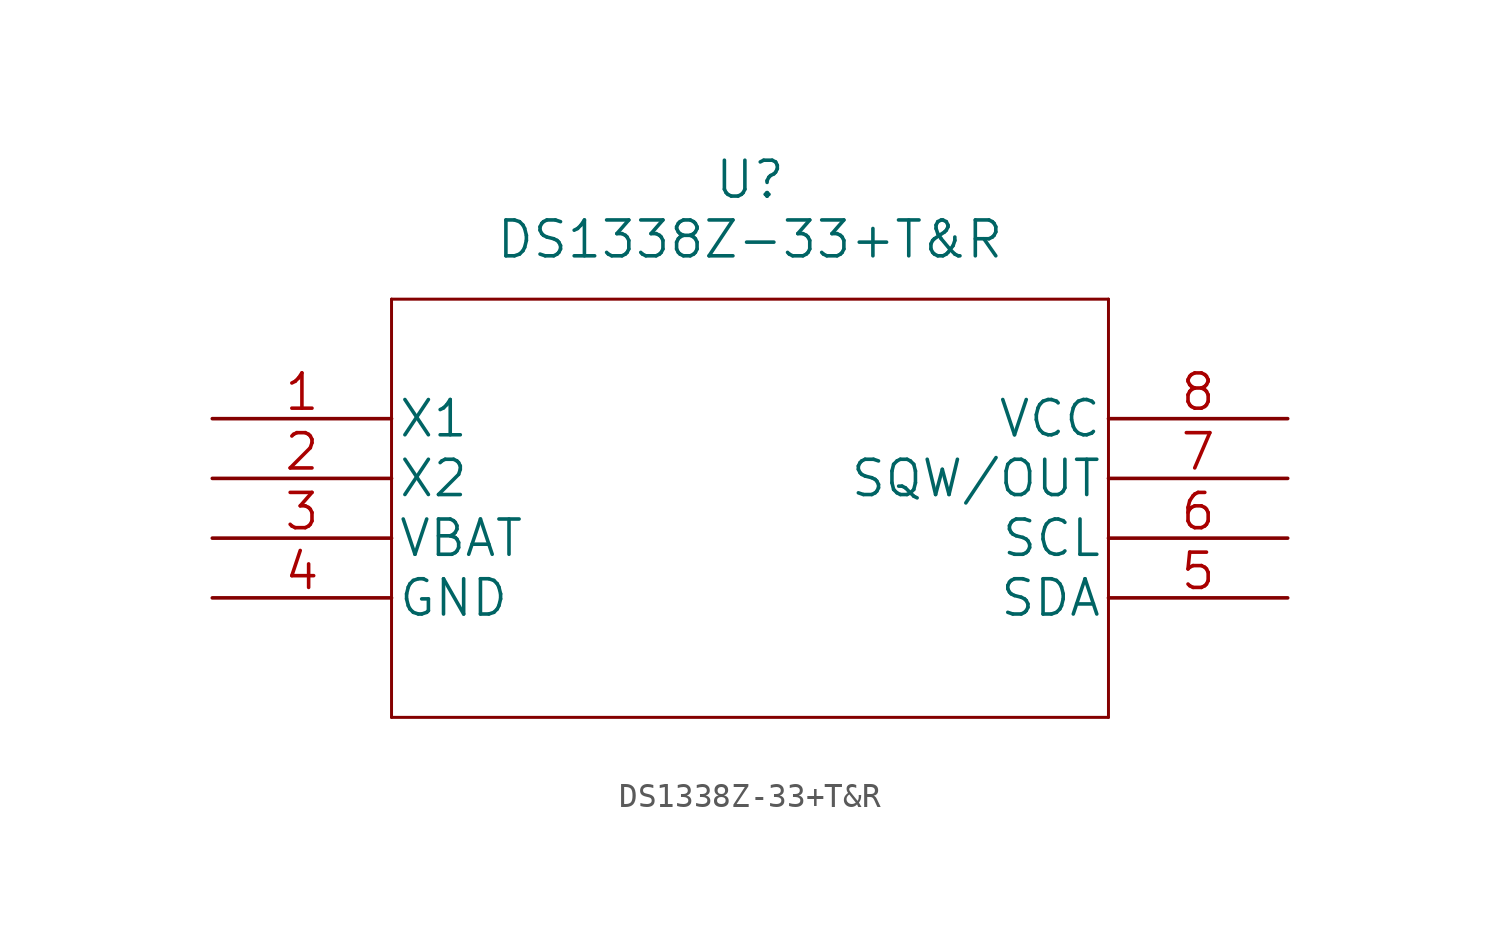
<source format=kicad_sym>
(kicad_symbol_lib
  (version 20220914)
  (generator kicad_symbol_editor)
  (symbol "DS1338Z-33+T&R"
    (pin_names
      (offset 0.254))
    (property "Reference" "U"
      (at 22.86 10.16 0)
      (effects (font (size 1.524 1.524))))
    (property "Value" "DS1338Z-33+T&R"
      (at 22.86 7.62 0)
      (effects (font (size 1.524 1.524))))
    (property "Datasheet" ""
      (at 0 0 0)
      (effects (font (size 1.524 1.524))))
    (symbol "DS1338Z-33+T&R_1_1"
      (polyline (pts (xy 7.62 -12.7) (xy 38.1 -12.7)) (stroke (width 0.127) (type solid)) (fill (type none)))
      (polyline (pts (xy 7.62 5.08) (xy 7.62 -12.7)) (stroke (width 0.127) (type solid)) (fill (type none)))
      (polyline (pts (xy 38.1 -12.7) (xy 38.1 5.08)) (stroke (width 0.127) (type solid)) (fill (type none)))
      (polyline (pts (xy 38.1 5.08) (xy 7.62 5.08)) (stroke (width 0.127) (type solid)) (fill (type none)))
      (pin unspecified line (at 0 0 0) (length 7.62) (name "X1" (effects (font (size 1.499 1.499)))) (number "1" (effects (font (size 1.499 1.499)))))
      (pin unspecified line (at 0 -2.54 0) (length 7.62) (name "X2" (effects (font (size 1.499 1.499)))) (number "2" (effects (font (size 1.499 1.499)))))
      (pin power_in line (at 0 -5.08 0) (length 7.62) (name "VBAT" (effects (font (size 1.499 1.499)))) (number "3" (effects (font (size 1.499 1.499)))))
      (pin power_in line (at 0 -7.62 0) (length 7.62) (name "GND" (effects (font (size 1.499 1.499)))) (number "4" (effects (font (size 1.499 1.499)))))
      (pin bidirectional line (at 45.72 -7.62 180) (length 7.62) (name "SDA" (effects (font (size 1.499 1.499)))) (number "5" (effects (font (size 1.499 1.499)))))
      (pin input line (at 45.72 -5.08 180) (length 7.62) (name "SCL" (effects (font (size 1.499 1.499)))) (number "6" (effects (font (size 1.499 1.499)))))
      (pin output line (at 45.72 -2.54 180) (length 7.62) (name "SQW/OUT" (effects (font (size 1.499 1.499)))) (number "7" (effects (font (size 1.499 1.499)))))
      (pin power_in line (at 45.72 0 180) (length 7.62) (name "VCC" (effects (font (size 1.499 1.499)))) (number "8" (effects (font (size 1.499 1.499))))))))
</source>
